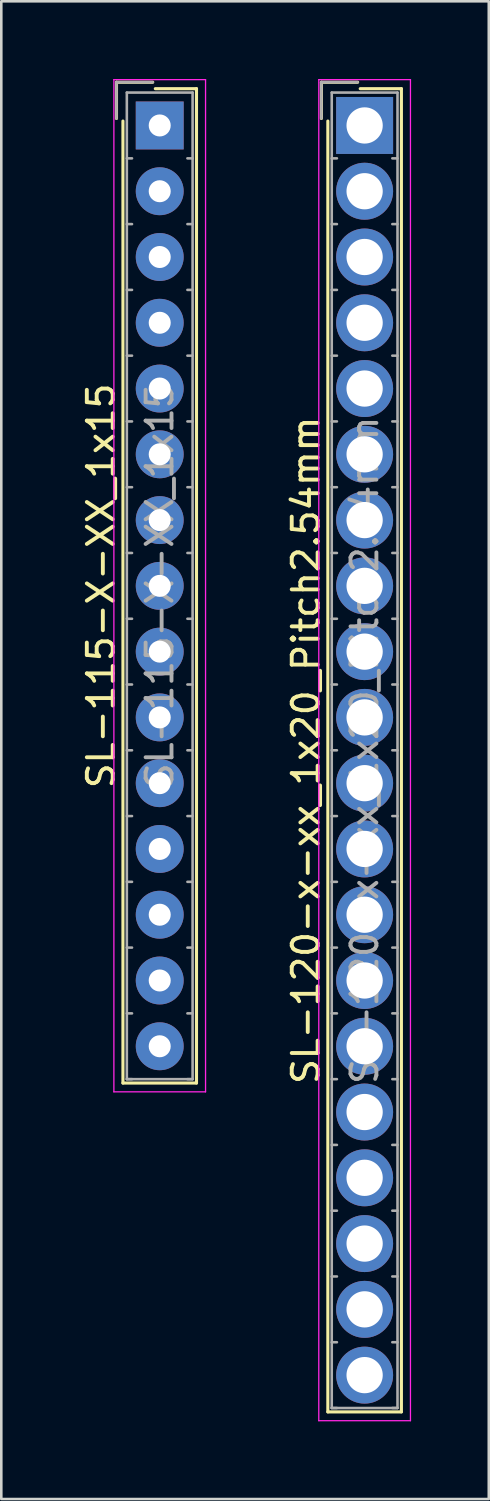
<source format=kicad_pcb>
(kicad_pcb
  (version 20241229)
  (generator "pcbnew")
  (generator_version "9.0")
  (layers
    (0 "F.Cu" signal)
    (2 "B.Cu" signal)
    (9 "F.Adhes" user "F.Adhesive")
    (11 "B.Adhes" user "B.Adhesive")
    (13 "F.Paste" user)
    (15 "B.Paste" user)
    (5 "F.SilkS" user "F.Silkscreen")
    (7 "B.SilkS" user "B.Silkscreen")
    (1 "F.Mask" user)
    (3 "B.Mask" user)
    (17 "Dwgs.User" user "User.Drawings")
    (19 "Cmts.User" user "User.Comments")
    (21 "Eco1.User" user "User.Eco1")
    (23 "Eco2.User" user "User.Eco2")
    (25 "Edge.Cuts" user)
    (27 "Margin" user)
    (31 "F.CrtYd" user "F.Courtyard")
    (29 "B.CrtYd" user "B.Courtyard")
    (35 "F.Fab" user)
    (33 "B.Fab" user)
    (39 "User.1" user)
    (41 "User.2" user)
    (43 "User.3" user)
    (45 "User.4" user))
  (footprint "SL-120-x-xx_1x20_Pitch2.54mm"
    (layer "F.Cu")
    (at 11.031 1.795)
    (property "Reference" "SL-120-x-xx_1x20_Pitch2.54mm" (at -2.27 24.13 90) (layer "F.SilkS") (effects (font (size 1 1) (thickness 0.15))))
    (attr through_hole)
    (fp_line (start -1.67 -1.67) (end -1.67 -0.27) (stroke (width 0.12) (type solid)) (layer "F.SilkS"))
    (fp_line (start -1.42 49.68) (end -1.42 -0.17) (stroke (width 0.12) (type solid)) (layer "F.SilkS"))
    (fp_line (start -0.27 -1.67) (end -1.67 -1.67) (stroke (width 0.12) (type solid)) (layer "F.SilkS"))
    (fp_line (start -0.17 -1.42) (end 1.42 -1.42) (stroke (width 0.12) (type solid)) (layer "F.SilkS"))
    (fp_line (start 1.42 -1.42) (end 1.42 49.68) (stroke (width 0.12) (type solid)) (layer "F.SilkS"))
    (fp_line (start 1.42 49.68) (end -1.42 49.68) (stroke (width 0.12) (type solid)) (layer "F.SilkS"))
    (fp_line (start -1.77 -1.77) (end -1.77 50.02) (stroke (width 0.05) (type solid)) (layer "F.CrtYd"))
    (fp_line (start -1.77 50.02) (end 1.77 50.02) (stroke (width 0.05) (type solid)) (layer "F.CrtYd"))
    (fp_line (start 1.77 -1.77) (end -1.77 -1.77) (stroke (width 0.05) (type solid)) (layer "F.CrtYd"))
    (fp_line (start 1.77 50.02) (end 1.77 -1.77) (stroke (width 0.05) (type solid)) (layer "F.CrtYd"))
    (fp_line (start -1.67 -1.67) (end -1.67 -0.27) (stroke (width 0.1) (type solid)) (layer "F.Fab"))
    (fp_line (start -1.27 -1.27) (end -1.27 49.53) (stroke (width 0.1) (type solid)) (layer "F.Fab"))
    (fp_line (start -1.27 1.27) (end -1.07 1.27) (stroke (width 0.1) (type solid)) (layer "F.Fab"))
    (fp_line (start -1.27 3.81) (end -1.07 3.81) (stroke (width 0.1) (type solid)) (layer "F.Fab"))
    (fp_line (start -1.27 6.35) (end -1.07 6.35) (stroke (width 0.1) (type solid)) (layer "F.Fab"))
    (fp_line (start -1.27 8.89) (end -1.07 8.89) (stroke (width 0.1) (type solid)) (layer "F.Fab"))
    (fp_line (start -1.27 11.43) (end -1.07 11.43) (stroke (width 0.1) (type solid)) (layer "F.Fab"))
    (fp_line (start -1.27 13.97) (end -1.07 13.97) (stroke (width 0.1) (type solid)) (layer "F.Fab"))
    (fp_line (start -1.27 16.51) (end -1.07 16.51) (stroke (width 0.1) (type solid)) (layer "F.Fab"))
    (fp_line (start -1.27 19.05) (end -1.07 19.05) (stroke (width 0.1) (type solid)) (layer "F.Fab"))
    (fp_line (start -1.27 21.59) (end -1.07 21.59) (stroke (width 0.1) (type solid)) (layer "F.Fab"))
    (fp_line (start -1.27 24.13) (end -1.07 24.13) (stroke (width 0.1) (type solid)) (layer "F.Fab"))
    (fp_line (start -1.27 26.67) (end -1.07 26.67) (stroke (width 0.1) (type solid)) (layer "F.Fab"))
    (fp_line (start -1.27 29.21) (end -1.07 29.21) (stroke (width 0.1) (type solid)) (layer "F.Fab"))
    (fp_line (start -1.27 31.75) (end -1.07 31.75) (stroke (width 0.1) (type solid)) (layer "F.Fab"))
    (fp_line (start -1.27 34.29) (end -1.07 34.29) (stroke (width 0.1) (type solid)) (layer "F.Fab"))
    (fp_line (start -1.27 36.83) (end -1.07 36.83) (stroke (width 0.1) (type solid)) (layer "F.Fab"))
    (fp_line (start -1.27 39.37) (end -1.07 39.37) (stroke (width 0.1) (type solid)) (layer "F.Fab"))
    (fp_line (start -1.27 41.91) (end -1.07 41.91) (stroke (width 0.1) (type solid)) (layer "F.Fab"))
    (fp_line (start -1.27 44.45) (end -1.07 44.45) (stroke (width 0.1) (type solid)) (layer "F.Fab"))
    (fp_line (start -1.27 46.99) (end -1.07 46.99) (stroke (width 0.1) (type solid)) (layer "F.Fab"))
    (fp_line (start -1.27 49.53) (end -1.07 49.53) (stroke (width 0.1) (type solid)) (layer "F.Fab"))
    (fp_line (start -1.27 49.53) (end 1.27 49.53) (stroke (width 0.1) (type solid)) (layer "F.Fab"))
    (fp_line (start -0.27 -1.67) (end -1.67 -1.67) (stroke (width 0.1) (type solid)) (layer "F.Fab"))
    (fp_line (start 1.27 -1.27) (end -1.27 -1.27) (stroke (width 0.1) (type solid)) (layer "F.Fab"))
    (fp_line (start 1.27 1.27) (end 1.07 1.27) (stroke (width 0.1) (type solid)) (layer "F.Fab"))
    (fp_line (start 1.27 3.81) (end 1.07 3.81) (stroke (width 0.1) (type solid)) (layer "F.Fab"))
    (fp_line (start 1.27 6.35) (end 1.07 6.35) (stroke (width 0.1) (type solid)) (layer "F.Fab"))
    (fp_line (start 1.27 8.89) (end 1.07 8.89) (stroke (width 0.1) (type solid)) (layer "F.Fab"))
    (fp_line (start 1.27 11.43) (end 1.07 11.43) (stroke (width 0.1) (type solid)) (layer "F.Fab"))
    (fp_line (start 1.27 13.97) (end 1.07 13.97) (stroke (width 0.1) (type solid)) (layer "F.Fab"))
    (fp_line (start 1.27 16.51) (end 1.07 16.51) (stroke (width 0.1) (type solid)) (layer "F.Fab"))
    (fp_line (start 1.27 19.05) (end 1.07 19.05) (stroke (width 0.1) (type solid)) (layer "F.Fab"))
    (fp_line (start 1.27 21.59) (end 1.07 21.59) (stroke (width 0.1) (type solid)) (layer "F.Fab"))
    (fp_line (start 1.27 24.13) (end 1.07 24.13) (stroke (width 0.1) (type solid)) (layer "F.Fab"))
    (fp_line (start 1.27 26.67) (end 1.07 26.67) (stroke (width 0.1) (type solid)) (layer "F.Fab"))
    (fp_line (start 1.27 29.21) (end 1.07 29.21) (stroke (width 0.1) (type solid)) (layer "F.Fab"))
    (fp_line (start 1.27 31.75) (end 1.07 31.75) (stroke (width 0.1) (type solid)) (layer "F.Fab"))
    (fp_line (start 1.27 34.29) (end 1.07 34.29) (stroke (width 0.1) (type solid)) (layer "F.Fab"))
    (fp_line (start 1.27 36.83) (end 1.07 36.83) (stroke (width 0.1) (type solid)) (layer "F.Fab"))
    (fp_line (start 1.27 39.37) (end 1.07 39.37) (stroke (width 0.1) (type solid)) (layer "F.Fab"))
    (fp_line (start 1.27 41.91) (end 1.07 41.91) (stroke (width 0.1) (type solid)) (layer "F.Fab"))
    (fp_line (start 1.27 44.45) (end 1.07 44.45) (stroke (width 0.1) (type solid)) (layer "F.Fab"))
    (fp_line (start 1.27 46.99) (end 1.07 46.99) (stroke (width 0.1) (type solid)) (layer "F.Fab"))
    (fp_line (start 1.27 49.53) (end 1.07 49.53) (stroke (width 0.1) (type solid)) (layer "F.Fab"))
    (fp_line (start 1.27 49.53) (end 1.27 -1.27) (stroke (width 0.1) (type solid)) (layer "F.Fab"))
    (fp_text user "${REFERENCE}" (at 0 24.13 90) (layer "F.Fab") (effects (font (size 1 1) (thickness 0.15))))
    (pad "1" thru_hole rect (at 0 0) (size 2.2 2.2) (drill 1.4) (layers "*.Cu" "*.Mask"))
    (pad "2" thru_hole circle (at 0 2.54) (size 2.2 2.2) (drill 1.4) (layers "*.Cu" "*.Mask"))
    (pad "3" thru_hole circle (at 0 5.08) (size 2.2 2.2) (drill 1.4) (layers "*.Cu" "*.Mask"))
    (pad "4" thru_hole circle (at 0 7.62) (size 2.2 2.2) (drill 1.4) (layers "*.Cu" "*.Mask"))
    (pad "5" thru_hole circle (at 0 10.16) (size 2.2 2.2) (drill 1.4) (layers "*.Cu" "*.Mask"))
    (pad "6" thru_hole circle (at 0 12.7) (size 2.2 2.2) (drill 1.4) (layers "*.Cu" "*.Mask"))
    (pad "7" thru_hole circle (at 0 15.24) (size 2.2 2.2) (drill 1.4) (layers "*.Cu" "*.Mask"))
    (pad "8" thru_hole circle (at 0 17.78) (size 2.2 2.2) (drill 1.4) (layers "*.Cu" "*.Mask"))
    (pad "9" thru_hole circle (at 0 20.32) (size 2.2 2.2) (drill 1.4) (layers "*.Cu" "*.Mask"))
    (pad "10" thru_hole circle (at 0 22.86) (size 2.2 2.2) (drill 1.4) (layers "*.Cu" "*.Mask"))
    (pad "11" thru_hole circle (at 0 25.4) (size 2.2 2.2) (drill 1.4) (layers "*.Cu" "*.Mask"))
    (pad "12" thru_hole circle (at 0 27.94) (size 2.2 2.2) (drill 1.4) (layers "*.Cu" "*.Mask"))
    (pad "13" thru_hole circle (at 0 30.48) (size 2.2 2.2) (drill 1.4) (layers "*.Cu" "*.Mask"))
    (pad "14" thru_hole circle (at 0 33.02) (size 2.2 2.2) (drill 1.4) (layers "*.Cu" "*.Mask"))
    (pad "15" thru_hole circle (at 0 35.56) (size 2.2 2.2) (drill 1.4) (layers "*.Cu" "*.Mask"))
    (pad "16" thru_hole circle (at 0 38.1) (size 2.2 2.2) (drill 1.4) (layers "*.Cu" "*.Mask"))
    (pad "17" thru_hole circle (at 0 40.64) (size 2.2 2.2) (drill 1.4) (layers "*.Cu" "*.Mask"))
    (pad "18" thru_hole circle (at 0 43.18) (size 2.2 2.2) (drill 1.4) (layers "*.Cu" "*.Mask"))
    (pad "19" thru_hole circle (at 0 45.72) (size 2.2 2.2) (drill 1.4) (layers "*.Cu" "*.Mask"))
    (pad "20" thru_hole circle (at 0 48.26) (size 2.2 2.2) (drill 1.4) (layers "*.Cu" "*.Mask")))
  (footprint "SL-115-X-XX_1x15"
    (layer "F.Cu")
    (at 3.118 1.795)
    (property "Reference" "SL-115-X-XX_1x15" (at -2.27 17.78 90) (layer "F.SilkS") (effects (font (size 1 1) (thickness 0.15))))
    (attr through_hole)
    (fp_line (start -1.67 -1.67) (end -1.67 -0.27) (stroke (width 0.12) (type solid)) (layer "F.SilkS"))
    (fp_line (start -1.42 36.98) (end -1.42 -0.17) (stroke (width 0.12) (type solid)) (layer "F.SilkS"))
    (fp_line (start -0.27 -1.67) (end -1.67 -1.67) (stroke (width 0.12) (type solid)) (layer "F.SilkS"))
    (fp_line (start -0.17 -1.42) (end 1.42 -1.42) (stroke (width 0.12) (type solid)) (layer "F.SilkS"))
    (fp_line (start 1.42 -1.42) (end 1.42 36.98) (stroke (width 0.12) (type solid)) (layer "F.SilkS"))
    (fp_line (start 1.42 36.98) (end -1.42 36.98) (stroke (width 0.12) (type solid)) (layer "F.SilkS"))
    (fp_line (start -1.77 -1.77) (end -1.77 37.32) (stroke (width 0.05) (type solid)) (layer "F.CrtYd"))
    (fp_line (start -1.77 37.32) (end 1.77 37.32) (stroke (width 0.05) (type solid)) (layer "F.CrtYd"))
    (fp_line (start 1.77 -1.77) (end -1.77 -1.77) (stroke (width 0.05) (type solid)) (layer "F.CrtYd"))
    (fp_line (start 1.77 37.32) (end 1.77 -1.77) (stroke (width 0.05) (type solid)) (layer "F.CrtYd"))
    (fp_line (start -1.67 -1.67) (end -1.67 -0.27) (stroke (width 0.1) (type solid)) (layer "F.Fab"))
    (fp_line (start -1.27 -1.27) (end -1.27 36.83) (stroke (width 0.1) (type solid)) (layer "F.Fab"))
    (fp_line (start -1.27 1.27) (end -1.07 1.27) (stroke (width 0.1) (type solid)) (layer "F.Fab"))
    (fp_line (start -1.27 3.81) (end -1.07 3.81) (stroke (width 0.1) (type solid)) (layer "F.Fab"))
    (fp_line (start -1.27 6.35) (end -1.07 6.35) (stroke (width 0.1) (type solid)) (layer "F.Fab"))
    (fp_line (start -1.27 8.89) (end -1.07 8.89) (stroke (width 0.1) (type solid)) (layer "F.Fab"))
    (fp_line (start -1.27 11.43) (end -1.07 11.43) (stroke (width 0.1) (type solid)) (layer "F.Fab"))
    (fp_line (start -1.27 13.97) (end -1.07 13.97) (stroke (width 0.1) (type solid)) (layer "F.Fab"))
    (fp_line (start -1.27 16.51) (end -1.07 16.51) (stroke (width 0.1) (type solid)) (layer "F.Fab"))
    (fp_line (start -1.27 19.05) (end -1.07 19.05) (stroke (width 0.1) (type solid)) (layer "F.Fab"))
    (fp_line (start -1.27 21.59) (end -1.07 21.59) (stroke (width 0.1) (type solid)) (layer "F.Fab"))
    (fp_line (start -1.27 24.13) (end -1.07 24.13) (stroke (width 0.1) (type solid)) (layer "F.Fab"))
    (fp_line (start -1.27 26.67) (end -1.07 26.67) (stroke (width 0.1) (type solid)) (layer "F.Fab"))
    (fp_line (start -1.27 29.21) (end -1.07 29.21) (stroke (width 0.1) (type solid)) (layer "F.Fab"))
    (fp_line (start -1.27 31.75) (end -1.07 31.75) (stroke (width 0.1) (type solid)) (layer "F.Fab"))
    (fp_line (start -1.27 34.29) (end -1.07 34.29) (stroke (width 0.1) (type solid)) (layer "F.Fab"))
    (fp_line (start -1.27 36.83) (end -1.07 36.83) (stroke (width 0.1) (type solid)) (layer "F.Fab"))
    (fp_line (start -1.27 36.83) (end 1.27 36.83) (stroke (width 0.1) (type solid)) (layer "F.Fab"))
    (fp_line (start -0.27 -1.67) (end -1.67 -1.67) (stroke (width 0.1) (type solid)) (layer "F.Fab"))
    (fp_line (start 1.27 -1.27) (end -1.27 -1.27) (stroke (width 0.1) (type solid)) (layer "F.Fab"))
    (fp_line (start 1.27 1.27) (end 1.07 1.27) (stroke (width 0.1) (type solid)) (layer "F.Fab"))
    (fp_line (start 1.27 3.81) (end 1.07 3.81) (stroke (width 0.1) (type solid)) (layer "F.Fab"))
    (fp_line (start 1.27 6.35) (end 1.07 6.35) (stroke (width 0.1) (type solid)) (layer "F.Fab"))
    (fp_line (start 1.27 8.89) (end 1.07 8.89) (stroke (width 0.1) (type solid)) (layer "F.Fab"))
    (fp_line (start 1.27 11.43) (end 1.07 11.43) (stroke (width 0.1) (type solid)) (layer "F.Fab"))
    (fp_line (start 1.27 13.97) (end 1.07 13.97) (stroke (width 0.1) (type solid)) (layer "F.Fab"))
    (fp_line (start 1.27 16.51) (end 1.07 16.51) (stroke (width 0.1) (type solid)) (layer "F.Fab"))
    (fp_line (start 1.27 19.05) (end 1.07 19.05) (stroke (width 0.1) (type solid)) (layer "F.Fab"))
    (fp_line (start 1.27 21.59) (end 1.07 21.59) (stroke (width 0.1) (type solid)) (layer "F.Fab"))
    (fp_line (start 1.27 24.13) (end 1.07 24.13) (stroke (width 0.1) (type solid)) (layer "F.Fab"))
    (fp_line (start 1.27 26.67) (end 1.07 26.67) (stroke (width 0.1) (type solid)) (layer "F.Fab"))
    (fp_line (start 1.27 29.21) (end 1.07 29.21) (stroke (width 0.1) (type solid)) (layer "F.Fab"))
    (fp_line (start 1.27 31.75) (end 1.07 31.75) (stroke (width 0.1) (type solid)) (layer "F.Fab"))
    (fp_line (start 1.27 34.29) (end 1.07 34.29) (stroke (width 0.1) (type solid)) (layer "F.Fab"))
    (fp_line (start 1.27 36.83) (end 1.07 36.83) (stroke (width 0.1) (type solid)) (layer "F.Fab"))
    (fp_line (start 1.27 36.83) (end 1.27 -1.27) (stroke (width 0.1) (type solid)) (layer "F.Fab"))
    (fp_text user "${REFERENCE}" (at 0 17.78 90) (layer "F.Fab") (effects (font (size 1 1) (thickness 0.15))))
    (pad "1" thru_hole rect (at 0 0) (size 1.85 1.85) (drill 0.85) (layers "*.Cu" "*.Mask"))
    (pad "2" thru_hole circle (at 0 2.54) (size 1.85 1.85) (drill 0.85) (layers "*.Cu" "*.Mask"))
    (pad "3" thru_hole circle (at 0 5.08) (size 1.85 1.85) (drill 0.85) (layers "*.Cu" "*.Mask"))
    (pad "4" thru_hole circle (at 0 7.62) (size 1.85 1.85) (drill 0.85) (layers "*.Cu" "*.Mask"))
    (pad "5" thru_hole circle (at 0 10.16) (size 1.85 1.85) (drill 0.85) (layers "*.Cu" "*.Mask"))
    (pad "6" thru_hole circle (at 0 12.7) (size 1.85 1.85) (drill 0.85) (layers "*.Cu" "*.Mask"))
    (pad "7" thru_hole circle (at 0 15.24) (size 1.85 1.85) (drill 0.85) (layers "*.Cu" "*.Mask"))
    (pad "8" thru_hole circle (at 0 17.78) (size 1.85 1.85) (drill 0.85) (layers "*.Cu" "*.Mask"))
    (pad "9" thru_hole circle (at 0 20.32) (size 1.85 1.85) (drill 0.85) (layers "*.Cu" "*.Mask"))
    (pad "10" thru_hole circle (at 0 22.86) (size 1.85 1.85) (drill 0.85) (layers "*.Cu" "*.Mask"))
    (pad "11" thru_hole circle (at 0 25.4) (size 1.85 1.85) (drill 0.85) (layers "*.Cu" "*.Mask"))
    (pad "12" thru_hole circle (at 0 27.94) (size 1.85 1.85) (drill 0.85) (layers "*.Cu" "*.Mask"))
    (pad "13" thru_hole circle (at 0 30.48) (size 1.85 1.85) (drill 0.85) (layers "*.Cu" "*.Mask"))
    (pad "14" thru_hole circle (at 0 33.02) (size 1.85 1.85) (drill 0.85) (layers "*.Cu" "*.Mask"))
    (pad "15" thru_hole circle (at 0 35.56) (size 1.85 1.85) (drill 0.85) (layers "*.Cu" "*.Mask")))
  (gr_rect
    (start -3 -3)
    (end 15.826 54.84)
    (stroke (width 0.1) (type default))
    (fill no)
    (layer "Edge.Cuts")))
</source>
